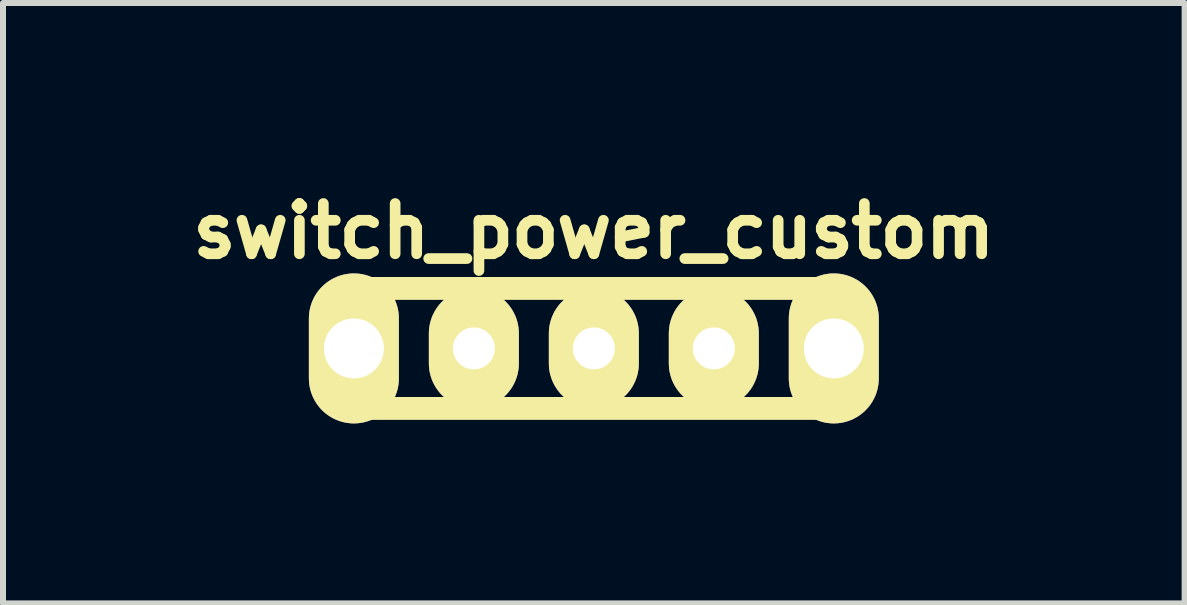
<source format=kicad_pcb>
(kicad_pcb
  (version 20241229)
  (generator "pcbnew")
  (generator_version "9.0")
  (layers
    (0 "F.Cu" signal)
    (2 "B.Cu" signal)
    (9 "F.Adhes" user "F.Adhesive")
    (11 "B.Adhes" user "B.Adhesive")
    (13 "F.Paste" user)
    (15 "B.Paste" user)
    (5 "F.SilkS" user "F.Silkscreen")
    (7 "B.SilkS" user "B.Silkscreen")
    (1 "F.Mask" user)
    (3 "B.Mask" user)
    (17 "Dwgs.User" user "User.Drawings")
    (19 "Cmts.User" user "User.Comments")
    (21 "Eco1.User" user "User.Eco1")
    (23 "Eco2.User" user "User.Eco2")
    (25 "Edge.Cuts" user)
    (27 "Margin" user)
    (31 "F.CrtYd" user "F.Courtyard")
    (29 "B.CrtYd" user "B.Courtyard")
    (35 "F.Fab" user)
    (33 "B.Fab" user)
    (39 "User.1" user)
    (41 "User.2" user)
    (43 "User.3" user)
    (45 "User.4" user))
  (footprint "switch_power_custom"
    (layer "F.Cu")
    (at 6.849 2.758)
    (property "Reference" "switch_power_custom" (at 0 -1.956 0) (layer "F.SilkS") (effects (font (size 0.838 0.838) (thickness 0.178))))
    (attr through_hole)
    (fp_line (start -4 1) (end -4 -1) (stroke (width 0.381) (type solid)) (layer "F.SilkS"))
    (fp_line (start 4 -1) (end -4 -1) (stroke (width 0.381) (type solid)) (layer "F.SilkS"))
    (fp_line (start 4 -1) (end 4 1) (stroke (width 0.381) (type solid)) (layer "F.SilkS"))
    (fp_line (start 4 1) (end -4 1) (stroke (width 0.381) (type solid)) (layer "F.SilkS"))
    (pad "" thru_hole oval (at -4 0) (size 1.5 2.5) (drill 1) (layers "*.Cu" "*.Mask" "F.SilkS"))
    (pad "" thru_hole oval (at 4 0) (size 1.5 2.5) (drill 1) (layers "*.Cu" "*.Mask" "F.SilkS"))
    (pad "1" thru_hole oval (at -2 0) (size 1.5 2) (drill 0.7) (layers "*.Cu" "*.Mask" "F.SilkS"))
    (pad "2" thru_hole oval (at 0 0) (size 1.5 2) (drill 0.7) (layers "*.Cu" "*.Mask" "F.SilkS"))
    (pad "3" thru_hole oval (at 2 0) (size 1.5 2) (drill 0.7) (layers "*.Cu" "*.Mask" "F.SilkS")))
  (gr_rect
    (start -3 -3)
    (end 16.697 7.008)
    (stroke (width 0.1) (type default))
    (fill no)
    (layer "Edge.Cuts")))
</source>
